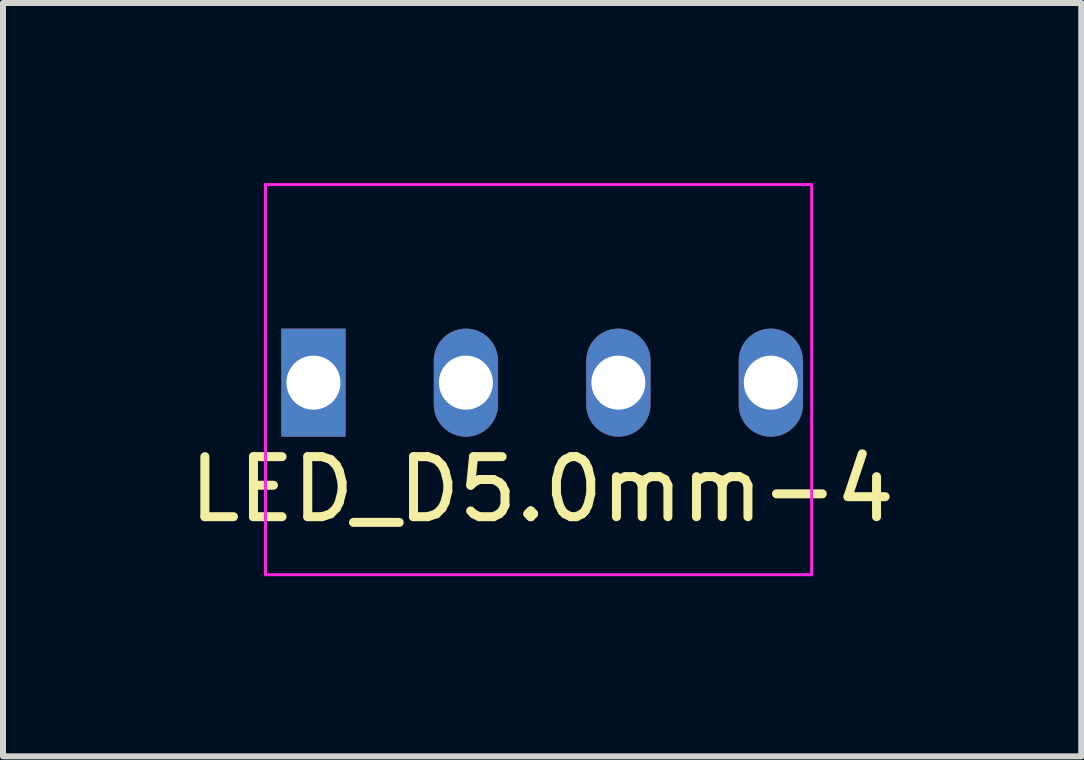
<source format=kicad_pcb>
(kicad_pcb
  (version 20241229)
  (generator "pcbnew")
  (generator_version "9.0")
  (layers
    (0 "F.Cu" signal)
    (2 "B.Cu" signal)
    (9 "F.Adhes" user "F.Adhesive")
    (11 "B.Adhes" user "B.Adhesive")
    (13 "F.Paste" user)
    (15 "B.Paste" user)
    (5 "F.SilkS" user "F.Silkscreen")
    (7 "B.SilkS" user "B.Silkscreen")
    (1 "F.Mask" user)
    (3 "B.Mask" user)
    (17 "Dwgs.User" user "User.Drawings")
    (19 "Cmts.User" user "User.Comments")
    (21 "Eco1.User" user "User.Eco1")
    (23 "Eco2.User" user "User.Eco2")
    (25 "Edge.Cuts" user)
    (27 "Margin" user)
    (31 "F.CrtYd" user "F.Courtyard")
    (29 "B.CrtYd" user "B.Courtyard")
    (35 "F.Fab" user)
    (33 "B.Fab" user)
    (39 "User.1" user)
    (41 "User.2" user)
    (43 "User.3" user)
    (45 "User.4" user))
  (footprint "LED_D5.0mm-4"
    (layer "F.Cu")
    (at 2.172 3.325)
    (property "Reference" "LED_D5.0mm-4" (at 3.81 1.778 180) (layer "F.SilkS") (effects (font (size 1 1) (thickness 0.15))))
    (attr through_hole)
    (fp_line (start -0.8 -3.3) (end -0.8 3.2) (stroke (width 0.05) (type solid)) (layer "F.CrtYd"))
    (fp_line (start -0.8 3.2) (end 8.3 3.2) (stroke (width 0.05) (type solid)) (layer "F.CrtYd"))
    (fp_line (start 8.3 -3.3) (end -0.8 -3.3) (stroke (width 0.05) (type solid)) (layer "F.CrtYd"))
    (fp_line (start 8.3 3.2) (end 8.3 -3.3) (stroke (width 0.05) (type solid)) (layer "F.CrtYd"))
    (pad "1" thru_hole oval (at 5.08 0) (size 1.07 1.8) (drill 0.9) (layers "*.Cu" "*.Mask"))
    (pad "2" thru_hole rect (at 0 0) (size 1.07 1.8) (drill 0.9) (layers "*.Cu" "*.Mask"))
    (pad "3" thru_hole oval (at 2.54 0) (size 1.07 1.8) (drill 0.9) (layers "*.Cu" "*.Mask"))
    (pad "4" thru_hole oval (at 7.62 0) (size 1.07 1.8) (drill 0.9) (layers "*.Cu" "*.Mask")))
  (gr_rect
    (start -3 -3)
    (end 14.964 9.55)
    (stroke (width 0.1) (type default))
    (fill no)
    (layer "Edge.Cuts")))
</source>
